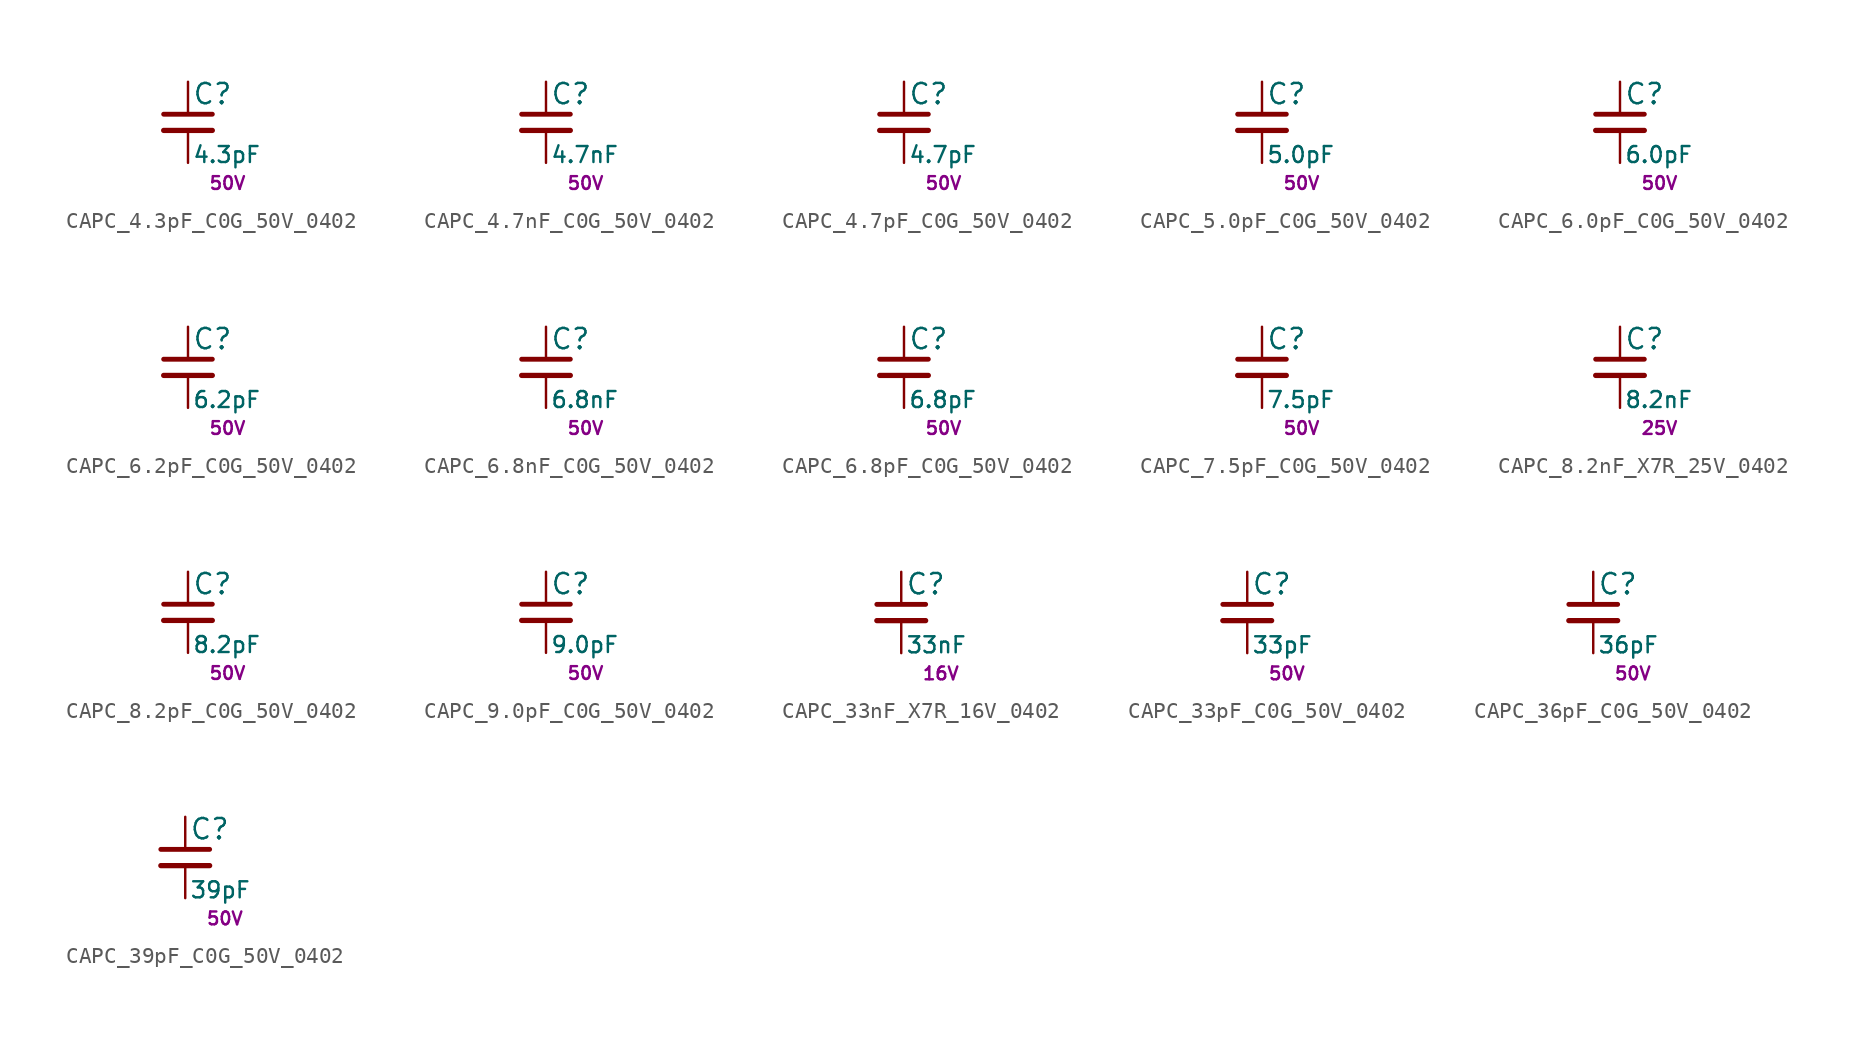
<source format=kicad_sym>
(kicad_symbol_lib
  (version 20211014)
  (generator kicad_LibGenerator)
  (symbol "CAPC_4.3pF_C0G_50V_0402"
    (pin_numbers hide)
    (pin_names
      (offset 0.254) hide)
    (property "Reference" "C"
      (at 0.254 1.778 0)
      (effects (font (size 1.27 1.27)) (justify left)))
    (property "Value" "4.3pF"
      (at 0.254 -2.032 0)
      (effects (font (size 1 1)) (justify left)))
    (property "Voltage" "50V"
      (at 1.27 -3.81 0)
      (effects (font (size 0.8 0.8)) (justify left)))
    (symbol "CAPC_4.3pF_C0G_50V_0402_0_1"
      (polyline (pts (xy -1.524 -0.508) (xy 1.524 -0.508)) (stroke (width 0.33) (type default) (color 0 0 0 0)) (fill (type none)))
      (polyline (pts (xy -1.524 0.508) (xy 1.524 0.508)) (stroke (width 0.305) (type default) (color 0 0 0 0)) (fill (type none))))
    (symbol "CAPC_4.3pF_C0G_50V_0402_1_1"
      (pin passive line (at 0 2.54 270) (length 2.032) (name "~" (effects (font (size 1.27 1.27)))) (number "1" (effects (font (size 1.27 1.27)))))
      (pin passive line (at 0 -2.54 90) (length 2.032) (name "~" (effects (font (size 1.27 1.27)))) (number "2" (effects (font (size 1.27 1.27)))))))
  (symbol "CAPC_4.7nF_C0G_50V_0402"
    (pin_numbers hide)
    (pin_names
      (offset 0.254) hide)
    (property "Reference" "C"
      (at 0.254 1.778 0)
      (effects (font (size 1.27 1.27)) (justify left)))
    (property "Value" "4.7nF"
      (at 0.254 -2.032 0)
      (effects (font (size 1 1)) (justify left)))
    (property "Voltage" "50V"
      (at 1.27 -3.81 0)
      (effects (font (size 0.8 0.8)) (justify left)))
    (symbol "CAPC_4.7nF_C0G_50V_0402_0_1"
      (polyline (pts (xy -1.524 -0.508) (xy 1.524 -0.508)) (stroke (width 0.33) (type default) (color 0 0 0 0)) (fill (type none)))
      (polyline (pts (xy -1.524 0.508) (xy 1.524 0.508)) (stroke (width 0.305) (type default) (color 0 0 0 0)) (fill (type none))))
    (symbol "CAPC_4.7nF_C0G_50V_0402_1_1"
      (pin passive line (at 0 2.54 270) (length 2.032) (name "~" (effects (font (size 1.27 1.27)))) (number "1" (effects (font (size 1.27 1.27)))))
      (pin passive line (at 0 -2.54 90) (length 2.032) (name "~" (effects (font (size 1.27 1.27)))) (number "2" (effects (font (size 1.27 1.27)))))))
  (symbol "CAPC_4.7pF_C0G_50V_0402"
    (pin_numbers hide)
    (pin_names
      (offset 0.254) hide)
    (property "Reference" "C"
      (at 0.254 1.778 0)
      (effects (font (size 1.27 1.27)) (justify left)))
    (property "Value" "4.7pF"
      (at 0.254 -2.032 0)
      (effects (font (size 1 1)) (justify left)))
    (property "Voltage" "50V"
      (at 1.27 -3.81 0)
      (effects (font (size 0.8 0.8)) (justify left)))
    (symbol "CAPC_4.7pF_C0G_50V_0402_0_1"
      (polyline (pts (xy -1.524 -0.508) (xy 1.524 -0.508)) (stroke (width 0.33) (type default) (color 0 0 0 0)) (fill (type none)))
      (polyline (pts (xy -1.524 0.508) (xy 1.524 0.508)) (stroke (width 0.305) (type default) (color 0 0 0 0)) (fill (type none))))
    (symbol "CAPC_4.7pF_C0G_50V_0402_1_1"
      (pin passive line (at 0 2.54 270) (length 2.032) (name "~" (effects (font (size 1.27 1.27)))) (number "1" (effects (font (size 1.27 1.27)))))
      (pin passive line (at 0 -2.54 90) (length 2.032) (name "~" (effects (font (size 1.27 1.27)))) (number "2" (effects (font (size 1.27 1.27)))))))
  (symbol "CAPC_5.0pF_C0G_50V_0402"
    (pin_numbers hide)
    (pin_names
      (offset 0.254) hide)
    (property "Reference" "C"
      (at 0.254 1.778 0)
      (effects (font (size 1.27 1.27)) (justify left)))
    (property "Value" "5.0pF"
      (at 0.254 -2.032 0)
      (effects (font (size 1 1)) (justify left)))
    (property "Voltage" "50V"
      (at 1.27 -3.81 0)
      (effects (font (size 0.8 0.8)) (justify left)))
    (symbol "CAPC_5.0pF_C0G_50V_0402_0_1"
      (polyline (pts (xy -1.524 -0.508) (xy 1.524 -0.508)) (stroke (width 0.33) (type default) (color 0 0 0 0)) (fill (type none)))
      (polyline (pts (xy -1.524 0.508) (xy 1.524 0.508)) (stroke (width 0.305) (type default) (color 0 0 0 0)) (fill (type none))))
    (symbol "CAPC_5.0pF_C0G_50V_0402_1_1"
      (pin passive line (at 0 2.54 270) (length 2.032) (name "~" (effects (font (size 1.27 1.27)))) (number "1" (effects (font (size 1.27 1.27)))))
      (pin passive line (at 0 -2.54 90) (length 2.032) (name "~" (effects (font (size 1.27 1.27)))) (number "2" (effects (font (size 1.27 1.27)))))))
  (symbol "CAPC_6.0pF_C0G_50V_0402"
    (pin_numbers hide)
    (pin_names
      (offset 0.254) hide)
    (property "Reference" "C"
      (at 0.254 1.778 0)
      (effects (font (size 1.27 1.27)) (justify left)))
    (property "Value" "6.0pF"
      (at 0.254 -2.032 0)
      (effects (font (size 1 1)) (justify left)))
    (property "Voltage" "50V"
      (at 1.27 -3.81 0)
      (effects (font (size 0.8 0.8)) (justify left)))
    (symbol "CAPC_6.0pF_C0G_50V_0402_0_1"
      (polyline (pts (xy -1.524 -0.508) (xy 1.524 -0.508)) (stroke (width 0.33) (type default) (color 0 0 0 0)) (fill (type none)))
      (polyline (pts (xy -1.524 0.508) (xy 1.524 0.508)) (stroke (width 0.305) (type default) (color 0 0 0 0)) (fill (type none))))
    (symbol "CAPC_6.0pF_C0G_50V_0402_1_1"
      (pin passive line (at 0 2.54 270) (length 2.032) (name "~" (effects (font (size 1.27 1.27)))) (number "1" (effects (font (size 1.27 1.27)))))
      (pin passive line (at 0 -2.54 90) (length 2.032) (name "~" (effects (font (size 1.27 1.27)))) (number "2" (effects (font (size 1.27 1.27)))))))
  (symbol "CAPC_6.2pF_C0G_50V_0402"
    (pin_numbers hide)
    (pin_names
      (offset 0.254) hide)
    (property "Reference" "C"
      (at 0.254 1.778 0)
      (effects (font (size 1.27 1.27)) (justify left)))
    (property "Value" "6.2pF"
      (at 0.254 -2.032 0)
      (effects (font (size 1 1)) (justify left)))
    (property "Voltage" "50V"
      (at 1.27 -3.81 0)
      (effects (font (size 0.8 0.8)) (justify left)))
    (symbol "CAPC_6.2pF_C0G_50V_0402_0_1"
      (polyline (pts (xy -1.524 -0.508) (xy 1.524 -0.508)) (stroke (width 0.33) (type default) (color 0 0 0 0)) (fill (type none)))
      (polyline (pts (xy -1.524 0.508) (xy 1.524 0.508)) (stroke (width 0.305) (type default) (color 0 0 0 0)) (fill (type none))))
    (symbol "CAPC_6.2pF_C0G_50V_0402_1_1"
      (pin passive line (at 0 2.54 270) (length 2.032) (name "~" (effects (font (size 1.27 1.27)))) (number "1" (effects (font (size 1.27 1.27)))))
      (pin passive line (at 0 -2.54 90) (length 2.032) (name "~" (effects (font (size 1.27 1.27)))) (number "2" (effects (font (size 1.27 1.27)))))))
  (symbol "CAPC_6.8nF_C0G_50V_0402"
    (pin_numbers hide)
    (pin_names
      (offset 0.254) hide)
    (property "Reference" "C"
      (at 0.254 1.778 0)
      (effects (font (size 1.27 1.27)) (justify left)))
    (property "Value" "6.8nF"
      (at 0.254 -2.032 0)
      (effects (font (size 1 1)) (justify left)))
    (property "Voltage" "50V"
      (at 1.27 -3.81 0)
      (effects (font (size 0.8 0.8)) (justify left)))
    (symbol "CAPC_6.8nF_C0G_50V_0402_0_1"
      (polyline (pts (xy -1.524 -0.508) (xy 1.524 -0.508)) (stroke (width 0.33) (type default) (color 0 0 0 0)) (fill (type none)))
      (polyline (pts (xy -1.524 0.508) (xy 1.524 0.508)) (stroke (width 0.305) (type default) (color 0 0 0 0)) (fill (type none))))
    (symbol "CAPC_6.8nF_C0G_50V_0402_1_1"
      (pin passive line (at 0 2.54 270) (length 2.032) (name "~" (effects (font (size 1.27 1.27)))) (number "1" (effects (font (size 1.27 1.27)))))
      (pin passive line (at 0 -2.54 90) (length 2.032) (name "~" (effects (font (size 1.27 1.27)))) (number "2" (effects (font (size 1.27 1.27)))))))
  (symbol "CAPC_6.8pF_C0G_50V_0402"
    (pin_numbers hide)
    (pin_names
      (offset 0.254) hide)
    (property "Reference" "C"
      (at 0.254 1.778 0)
      (effects (font (size 1.27 1.27)) (justify left)))
    (property "Value" "6.8pF"
      (at 0.254 -2.032 0)
      (effects (font (size 1 1)) (justify left)))
    (property "Voltage" "50V"
      (at 1.27 -3.81 0)
      (effects (font (size 0.8 0.8)) (justify left)))
    (symbol "CAPC_6.8pF_C0G_50V_0402_0_1"
      (polyline (pts (xy -1.524 -0.508) (xy 1.524 -0.508)) (stroke (width 0.33) (type default) (color 0 0 0 0)) (fill (type none)))
      (polyline (pts (xy -1.524 0.508) (xy 1.524 0.508)) (stroke (width 0.305) (type default) (color 0 0 0 0)) (fill (type none))))
    (symbol "CAPC_6.8pF_C0G_50V_0402_1_1"
      (pin passive line (at 0 2.54 270) (length 2.032) (name "~" (effects (font (size 1.27 1.27)))) (number "1" (effects (font (size 1.27 1.27)))))
      (pin passive line (at 0 -2.54 90) (length 2.032) (name "~" (effects (font (size 1.27 1.27)))) (number "2" (effects (font (size 1.27 1.27)))))))
  (symbol "CAPC_7.5pF_C0G_50V_0402"
    (pin_numbers hide)
    (pin_names
      (offset 0.254) hide)
    (property "Reference" "C"
      (at 0.254 1.778 0)
      (effects (font (size 1.27 1.27)) (justify left)))
    (property "Value" "7.5pF"
      (at 0.254 -2.032 0)
      (effects (font (size 1 1)) (justify left)))
    (property "Voltage" "50V"
      (at 1.27 -3.81 0)
      (effects (font (size 0.8 0.8)) (justify left)))
    (symbol "CAPC_7.5pF_C0G_50V_0402_0_1"
      (polyline (pts (xy -1.524 -0.508) (xy 1.524 -0.508)) (stroke (width 0.33) (type default) (color 0 0 0 0)) (fill (type none)))
      (polyline (pts (xy -1.524 0.508) (xy 1.524 0.508)) (stroke (width 0.305) (type default) (color 0 0 0 0)) (fill (type none))))
    (symbol "CAPC_7.5pF_C0G_50V_0402_1_1"
      (pin passive line (at 0 2.54 270) (length 2.032) (name "~" (effects (font (size 1.27 1.27)))) (number "1" (effects (font (size 1.27 1.27)))))
      (pin passive line (at 0 -2.54 90) (length 2.032) (name "~" (effects (font (size 1.27 1.27)))) (number "2" (effects (font (size 1.27 1.27)))))))
  (symbol "CAPC_8.2nF_X7R_25V_0402"
    (pin_numbers hide)
    (pin_names
      (offset 0.254) hide)
    (property "Reference" "C"
      (at 0.254 1.778 0)
      (effects (font (size 1.27 1.27)) (justify left)))
    (property "Value" "8.2nF"
      (at 0.254 -2.032 0)
      (effects (font (size 1 1)) (justify left)))
    (property "Voltage" "25V"
      (at 1.27 -3.81 0)
      (effects (font (size 0.8 0.8)) (justify left)))
    (symbol "CAPC_8.2nF_X7R_25V_0402_0_1"
      (polyline (pts (xy -1.524 -0.508) (xy 1.524 -0.508)) (stroke (width 0.33) (type default) (color 0 0 0 0)) (fill (type none)))
      (polyline (pts (xy -1.524 0.508) (xy 1.524 0.508)) (stroke (width 0.305) (type default) (color 0 0 0 0)) (fill (type none))))
    (symbol "CAPC_8.2nF_X7R_25V_0402_1_1"
      (pin passive line (at 0 2.54 270) (length 2.032) (name "~" (effects (font (size 1.27 1.27)))) (number "1" (effects (font (size 1.27 1.27)))))
      (pin passive line (at 0 -2.54 90) (length 2.032) (name "~" (effects (font (size 1.27 1.27)))) (number "2" (effects (font (size 1.27 1.27)))))))
  (symbol "CAPC_8.2pF_C0G_50V_0402"
    (pin_numbers hide)
    (pin_names
      (offset 0.254) hide)
    (property "Reference" "C"
      (at 0.254 1.778 0)
      (effects (font (size 1.27 1.27)) (justify left)))
    (property "Value" "8.2pF"
      (at 0.254 -2.032 0)
      (effects (font (size 1 1)) (justify left)))
    (property "Voltage" "50V"
      (at 1.27 -3.81 0)
      (effects (font (size 0.8 0.8)) (justify left)))
    (symbol "CAPC_8.2pF_C0G_50V_0402_0_1"
      (polyline (pts (xy -1.524 -0.508) (xy 1.524 -0.508)) (stroke (width 0.33) (type default) (color 0 0 0 0)) (fill (type none)))
      (polyline (pts (xy -1.524 0.508) (xy 1.524 0.508)) (stroke (width 0.305) (type default) (color 0 0 0 0)) (fill (type none))))
    (symbol "CAPC_8.2pF_C0G_50V_0402_1_1"
      (pin passive line (at 0 2.54 270) (length 2.032) (name "~" (effects (font (size 1.27 1.27)))) (number "1" (effects (font (size 1.27 1.27)))))
      (pin passive line (at 0 -2.54 90) (length 2.032) (name "~" (effects (font (size 1.27 1.27)))) (number "2" (effects (font (size 1.27 1.27)))))))
  (symbol "CAPC_9.0pF_C0G_50V_0402"
    (pin_numbers hide)
    (pin_names
      (offset 0.254) hide)
    (property "Reference" "C"
      (at 0.254 1.778 0)
      (effects (font (size 1.27 1.27)) (justify left)))
    (property "Value" "9.0pF"
      (at 0.254 -2.032 0)
      (effects (font (size 1 1)) (justify left)))
    (property "Voltage" "50V"
      (at 1.27 -3.81 0)
      (effects (font (size 0.8 0.8)) (justify left)))
    (symbol "CAPC_9.0pF_C0G_50V_0402_0_1"
      (polyline (pts (xy -1.524 -0.508) (xy 1.524 -0.508)) (stroke (width 0.33) (type default) (color 0 0 0 0)) (fill (type none)))
      (polyline (pts (xy -1.524 0.508) (xy 1.524 0.508)) (stroke (width 0.305) (type default) (color 0 0 0 0)) (fill (type none))))
    (symbol "CAPC_9.0pF_C0G_50V_0402_1_1"
      (pin passive line (at 0 2.54 270) (length 2.032) (name "~" (effects (font (size 1.27 1.27)))) (number "1" (effects (font (size 1.27 1.27)))))
      (pin passive line (at 0 -2.54 90) (length 2.032) (name "~" (effects (font (size 1.27 1.27)))) (number "2" (effects (font (size 1.27 1.27)))))))
  (symbol "CAPC_33nF_X7R_16V_0402"
    (pin_numbers hide)
    (pin_names
      (offset 0.254) hide)
    (property "Reference" "C"
      (at 0.254 1.778 0)
      (effects (font (size 1.27 1.27)) (justify left)))
    (property "Value" "33nF"
      (at 0.254 -2.032 0)
      (effects (font (size 1 1)) (justify left)))
    (property "Voltage" "16V"
      (at 1.27 -3.81 0)
      (effects (font (size 0.8 0.8)) (justify left)))
    (symbol "CAPC_33nF_X7R_16V_0402_0_1"
      (polyline (pts (xy -1.524 -0.508) (xy 1.524 -0.508)) (stroke (width 0.33) (type default) (color 0 0 0 0)) (fill (type none)))
      (polyline (pts (xy -1.524 0.508) (xy 1.524 0.508)) (stroke (width 0.305) (type default) (color 0 0 0 0)) (fill (type none))))
    (symbol "CAPC_33nF_X7R_16V_0402_1_1"
      (pin passive line (at 0 2.54 270) (length 2.032) (name "~" (effects (font (size 1.27 1.27)))) (number "1" (effects (font (size 1.27 1.27)))))
      (pin passive line (at 0 -2.54 90) (length 2.032) (name "~" (effects (font (size 1.27 1.27)))) (number "2" (effects (font (size 1.27 1.27)))))))
  (symbol "CAPC_33pF_C0G_50V_0402"
    (pin_numbers hide)
    (pin_names
      (offset 0.254) hide)
    (property "Reference" "C"
      (at 0.254 1.778 0)
      (effects (font (size 1.27 1.27)) (justify left)))
    (property "Value" "33pF"
      (at 0.254 -2.032 0)
      (effects (font (size 1 1)) (justify left)))
    (property "Voltage" "50V"
      (at 1.27 -3.81 0)
      (effects (font (size 0.8 0.8)) (justify left)))
    (symbol "CAPC_33pF_C0G_50V_0402_0_1"
      (polyline (pts (xy -1.524 -0.508) (xy 1.524 -0.508)) (stroke (width 0.33) (type default) (color 0 0 0 0)) (fill (type none)))
      (polyline (pts (xy -1.524 0.508) (xy 1.524 0.508)) (stroke (width 0.305) (type default) (color 0 0 0 0)) (fill (type none))))
    (symbol "CAPC_33pF_C0G_50V_0402_1_1"
      (pin passive line (at 0 2.54 270) (length 2.032) (name "~" (effects (font (size 1.27 1.27)))) (number "1" (effects (font (size 1.27 1.27)))))
      (pin passive line (at 0 -2.54 90) (length 2.032) (name "~" (effects (font (size 1.27 1.27)))) (number "2" (effects (font (size 1.27 1.27)))))))
  (symbol "CAPC_36pF_C0G_50V_0402"
    (pin_numbers hide)
    (pin_names
      (offset 0.254) hide)
    (property "Reference" "C"
      (at 0.254 1.778 0)
      (effects (font (size 1.27 1.27)) (justify left)))
    (property "Value" "36pF"
      (at 0.254 -2.032 0)
      (effects (font (size 1 1)) (justify left)))
    (property "Voltage" "50V"
      (at 1.27 -3.81 0)
      (effects (font (size 0.8 0.8)) (justify left)))
    (symbol "CAPC_36pF_C0G_50V_0402_0_1"
      (polyline (pts (xy -1.524 -0.508) (xy 1.524 -0.508)) (stroke (width 0.33) (type default) (color 0 0 0 0)) (fill (type none)))
      (polyline (pts (xy -1.524 0.508) (xy 1.524 0.508)) (stroke (width 0.305) (type default) (color 0 0 0 0)) (fill (type none))))
    (symbol "CAPC_36pF_C0G_50V_0402_1_1"
      (pin passive line (at 0 2.54 270) (length 2.032) (name "~" (effects (font (size 1.27 1.27)))) (number "1" (effects (font (size 1.27 1.27)))))
      (pin passive line (at 0 -2.54 90) (length 2.032) (name "~" (effects (font (size 1.27 1.27)))) (number "2" (effects (font (size 1.27 1.27)))))))
  (symbol "CAPC_39pF_C0G_50V_0402"
    (pin_numbers hide)
    (pin_names
      (offset 0.254) hide)
    (property "Reference" "C"
      (at 0.254 1.778 0)
      (effects (font (size 1.27 1.27)) (justify left)))
    (property "Value" "39pF"
      (at 0.254 -2.032 0)
      (effects (font (size 1 1)) (justify left)))
    (property "Voltage" "50V"
      (at 1.27 -3.81 0)
      (effects (font (size 0.8 0.8)) (justify left)))
    (symbol "CAPC_39pF_C0G_50V_0402_0_1"
      (polyline (pts (xy -1.524 -0.508) (xy 1.524 -0.508)) (stroke (width 0.33) (type default) (color 0 0 0 0)) (fill (type none)))
      (polyline (pts (xy -1.524 0.508) (xy 1.524 0.508)) (stroke (width 0.305) (type default) (color 0 0 0 0)) (fill (type none))))
    (symbol "CAPC_39pF_C0G_50V_0402_1_1"
      (pin passive line (at 0 2.54 270) (length 2.032) (name "~" (effects (font (size 1.27 1.27)))) (number "1" (effects (font (size 1.27 1.27)))))
      (pin passive line (at 0 -2.54 90) (length 2.032) (name "~" (effects (font (size 1.27 1.27)))) (number "2" (effects (font (size 1.27 1.27))))))))
</source>
